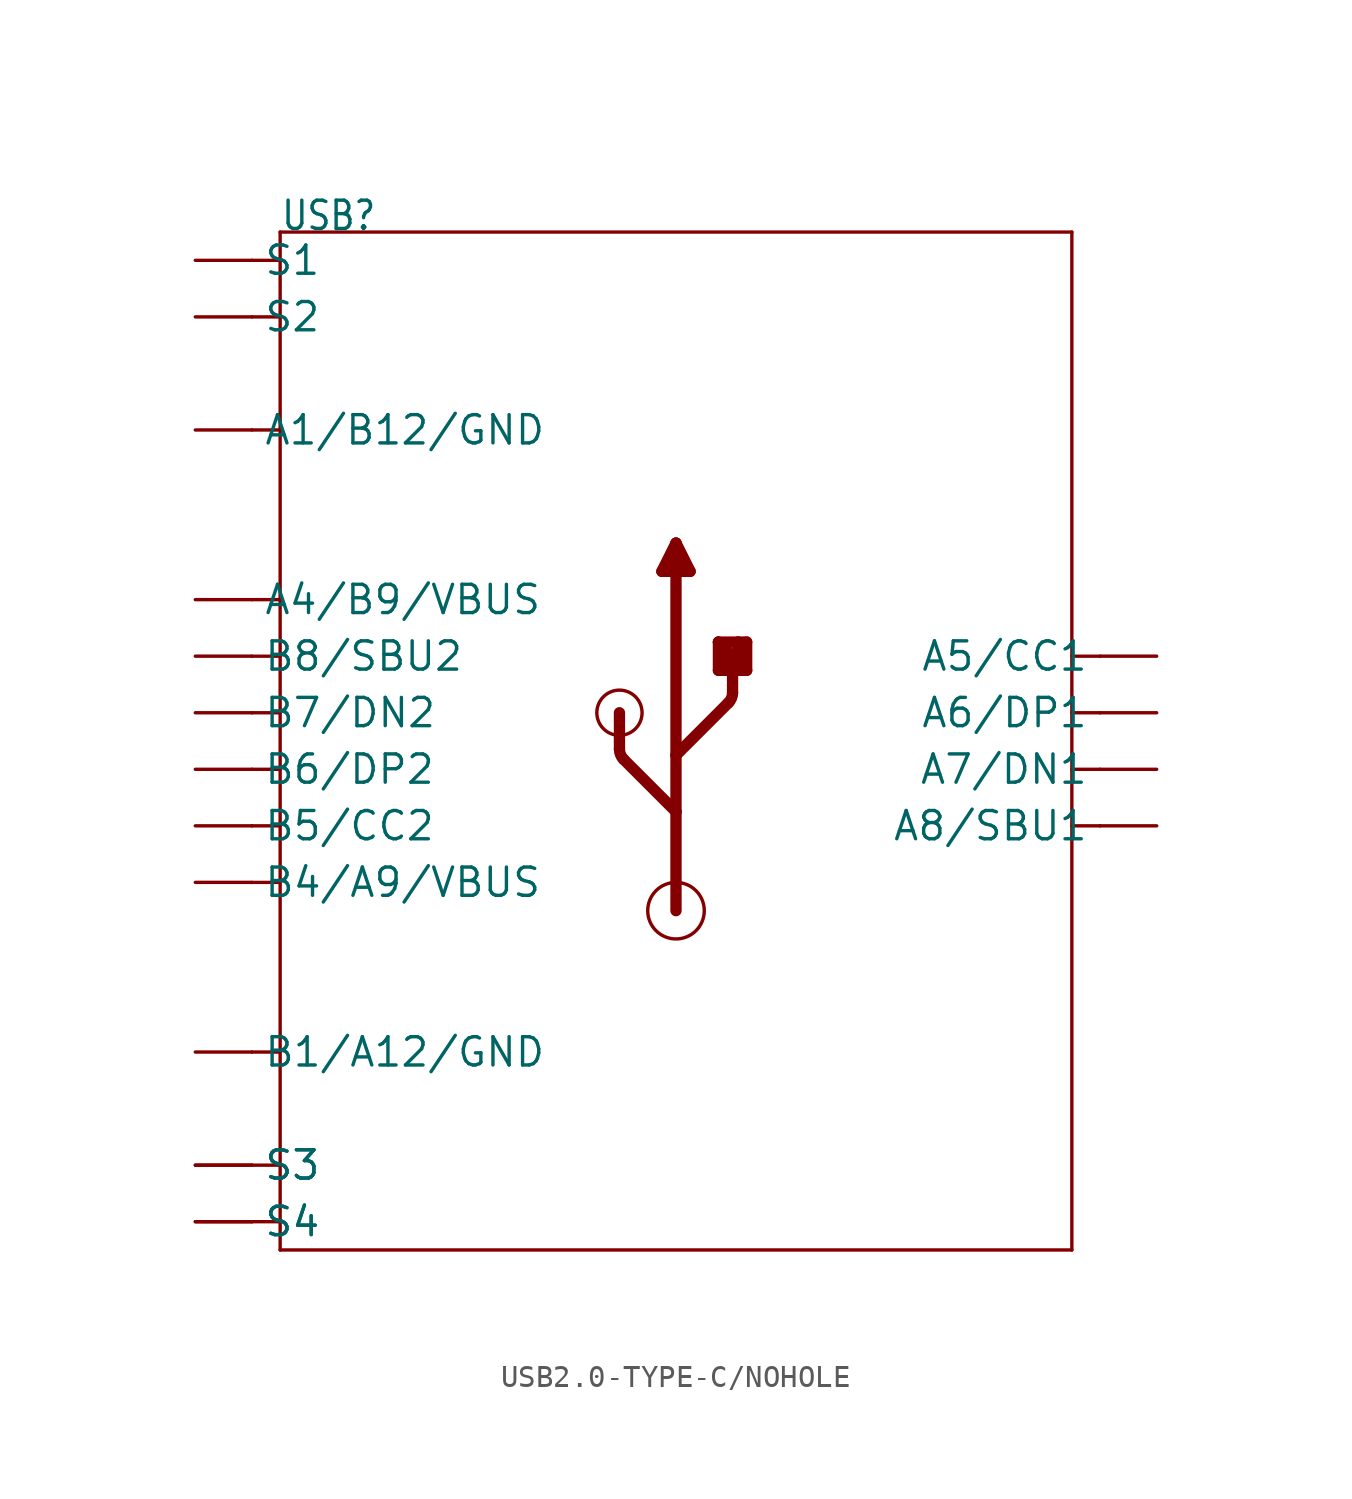
<source format=kicad_sym>
(kicad_symbol_lib
  (version 20231120)
  (generator "kicad_symbol_editor")
  (generator_version "8.0")
  (symbol "USB2.0-TYPE-C/NOHOLE"
    (property "Reference" "USB"
      (at -17.78 22.86 0)
      (effects (font (size 1.27 1.079)) (justify left bottom)))
    (property "Value" ""
      (at -7.62 22.86 0)
      (effects (font (size 1.27 1.079)) (justify left bottom)))
    (property "ki_locked" ""
      (at 0 0 0)
      (effects (font (size 1.27 1.27))))
    (symbol "USB2.0-TYPE-C/NOHOLE_1_0"
      (arc (start -2.5401 -0.3719) (mid -2.4917 -0.6149) (end -2.354 -0.8209) (stroke (width 0.508) (type solid)) (fill (type none)))
      (circle (center -2.54 1.27) (radius 1.016) (stroke (width 0) (type solid)) (fill (type none)))
      (circle (center 0 -7.62) (radius 1.27) (stroke (width 0) (type solid)) (fill (type none)))
      (polyline (pts (xy -19.05 -21.59) (xy -17.78 -21.59)) (stroke (width 0.152) (type solid)) (fill (type none)))
      (polyline (pts (xy -19.05 -19.05) (xy -17.78 -19.05)) (stroke (width 0.152) (type solid)) (fill (type none)))
      (polyline (pts (xy -19.05 -13.97) (xy -17.78 -13.97)) (stroke (width 0.152) (type solid)) (fill (type none)))
      (polyline (pts (xy -19.05 -6.35) (xy -17.78 -6.35)) (stroke (width 0.152) (type solid)) (fill (type none)))
      (polyline (pts (xy -19.05 -3.81) (xy -17.78 -3.81)) (stroke (width 0.152) (type solid)) (fill (type none)))
      (polyline (pts (xy -19.05 -1.27) (xy -17.78 -1.27)) (stroke (width 0.152) (type solid)) (fill (type none)))
      (polyline (pts (xy -19.05 1.27) (xy -17.78 1.27)) (stroke (width 0.152) (type solid)) (fill (type none)))
      (polyline (pts (xy -19.05 3.81) (xy -17.78 3.81)) (stroke (width 0.152) (type solid)) (fill (type none)))
      (polyline (pts (xy -19.05 6.35) (xy -17.78 6.35)) (stroke (width 0.152) (type solid)) (fill (type none)))
      (polyline (pts (xy -19.05 13.97) (xy -17.78 13.97)) (stroke (width 0.152) (type solid)) (fill (type none)))
      (polyline (pts (xy -19.05 19.05) (xy -17.78 19.05)) (stroke (width 0.152) (type solid)) (fill (type none)))
      (polyline (pts (xy -19.05 21.59) (xy -17.78 21.59)) (stroke (width 0.152) (type solid)) (fill (type none)))
      (polyline (pts (xy -17.78 -22.86) (xy -17.78 -21.59)) (stroke (width 0.152) (type solid)) (fill (type none)))
      (polyline (pts (xy -17.78 -21.59) (xy -17.78 -19.05)) (stroke (width 0.152) (type solid)) (fill (type none)))
      (polyline (pts (xy -17.78 -19.05) (xy -17.78 6.35)) (stroke (width 0.152) (type solid)) (fill (type none)))
      (polyline (pts (xy -17.78 6.35) (xy -17.78 13.97)) (stroke (width 0.152) (type solid)) (fill (type none)))
      (polyline (pts (xy -17.78 13.97) (xy -17.78 19.05)) (stroke (width 0.152) (type solid)) (fill (type none)))
      (polyline (pts (xy -17.78 19.05) (xy -17.78 21.59)) (stroke (width 0.152) (type solid)) (fill (type none)))
      (polyline (pts (xy -17.78 21.59) (xy -17.78 22.86)) (stroke (width 0.152) (type solid)) (fill (type none)))
      (polyline (pts (xy -17.78 22.86) (xy 17.78 22.86)) (stroke (width 0.152) (type solid)) (fill (type none)))
      (polyline (pts (xy -2.54 -0.372) (xy -2.54 1.27)) (stroke (width 0.508) (type solid)) (fill (type none)))
      (polyline (pts (xy -0.635 7.62) (xy 0.635 7.62)) (stroke (width 0.508) (type solid)) (fill (type none)))
      (polyline (pts (xy 0 -7.62) (xy 0 -3.175)) (stroke (width 0.508) (type solid)) (fill (type none)))
      (polyline (pts (xy 0 -3.175) (xy -2.354 -0.821)) (stroke (width 0.508) (type solid)) (fill (type none)))
      (polyline (pts (xy 0 -3.175) (xy 0 -0.635)) (stroke (width 0.508) (type solid)) (fill (type none)))
      (polyline (pts (xy 0 -0.635) (xy 0 8.89)) (stroke (width 0.508) (type solid)) (fill (type none)))
      (polyline (pts (xy 0 -0.635) (xy 2.354 1.719)) (stroke (width 0.508) (type solid)) (fill (type none)))
      (polyline (pts (xy 0 8.89) (xy -0.635 7.62)) (stroke (width 0.508) (type solid)) (fill (type none)))
      (polyline (pts (xy 0.635 7.62) (xy 0 8.89)) (stroke (width 0.508) (type solid)) (fill (type none)))
      (polyline (pts (xy 1.905 3.175) (xy 1.905 4.445)) (stroke (width 0.508) (type solid)) (fill (type none)))
      (polyline (pts (xy 1.905 4.445) (xy 2.794 4.445)) (stroke (width 0.508) (type solid)) (fill (type none)))
      (polyline (pts (xy 2.159 3.302) (xy 2.159 3.81)) (stroke (width 0.508) (type solid)) (fill (type none)))
      (polyline (pts (xy 2.54 2.168) (xy 2.54 3.81)) (stroke (width 0.508) (type solid)) (fill (type none)))
      (polyline (pts (xy 2.54 3.81) (xy 1.905 4.445)) (stroke (width 0.508) (type solid)) (fill (type none)))
      (polyline (pts (xy 2.794 3.302) (xy 2.159 3.302)) (stroke (width 0.508) (type solid)) (fill (type none)))
      (polyline (pts (xy 2.794 4.445) (xy 2.794 3.302)) (stroke (width 0.508) (type solid)) (fill (type none)))
      (polyline (pts (xy 2.794 4.445) (xy 3.175 4.445)) (stroke (width 0.508) (type solid)) (fill (type none)))
      (polyline (pts (xy 3.175 3.175) (xy 1.905 3.175)) (stroke (width 0.508) (type solid)) (fill (type none)))
      (polyline (pts (xy 3.175 4.445) (xy 3.175 3.175)) (stroke (width 0.508) (type solid)) (fill (type none)))
      (polyline (pts (xy 17.78 -22.86) (xy -17.78 -22.86)) (stroke (width 0.152) (type solid)) (fill (type none)))
      (polyline (pts (xy 17.78 22.86) (xy 17.78 -22.86)) (stroke (width 0.152) (type solid)) (fill (type none)))
      (polyline (pts (xy 19.05 -3.81) (xy 17.78 -3.81)) (stroke (width 0.152) (type solid)) (fill (type none)))
      (polyline (pts (xy 19.05 -1.27) (xy 17.78 -1.27)) (stroke (width 0.152) (type solid)) (fill (type none)))
      (polyline (pts (xy 19.05 1.27) (xy 17.78 1.27)) (stroke (width 0.152) (type solid)) (fill (type none)))
      (polyline (pts (xy 19.05 3.81) (xy 17.78 3.81)) (stroke (width 0.152) (type solid)) (fill (type none)))
      (arc (start 2.354 1.719) (mid 2.4916 1.925) (end 2.54 2.168) (stroke (width 0.508) (type solid)) (fill (type none)))
      (pin bidirectional line (at -21.59 13.97 0) (length 2.54) (name "A1/B12/GND" (effects (font (size 1.27 1.27)))) (number "A1_B12" (effects (font (size 0 0)))))
      (pin bidirectional line (at -21.59 6.35 0) (length 2.54) (name "A4/B9/VBUS" (effects (font (size 1.27 1.27)))) (number "A4_B9" (effects (font (size 0 0)))))
      (pin bidirectional line (at 21.59 3.81 180) (length 2.54) (name "A5/CC1" (effects (font (size 1.27 1.27)))) (number "A5" (effects (font (size 0 0)))))
      (pin bidirectional line (at 21.59 1.27 180) (length 2.54) (name "A6/DP1" (effects (font (size 1.27 1.27)))) (number "A6" (effects (font (size 0 0)))))
      (pin bidirectional line (at 21.59 -1.27 180) (length 2.54) (name "A7/DN1" (effects (font (size 1.27 1.27)))) (number "A7" (effects (font (size 0 0)))))
      (pin bidirectional line (at 21.59 -3.81 180) (length 2.54) (name "A8/SBU1" (effects (font (size 1.27 1.27)))) (number "A8" (effects (font (size 0 0)))))
      (pin bidirectional line (at -21.59 -13.97 0) (length 2.54) (name "B1/A12/GND" (effects (font (size 1.27 1.27)))) (number "B1_A12" (effects (font (size 0 0)))))
      (pin bidirectional line (at -21.59 -6.35 0) (length 2.54) (name "B4/A9/VBUS" (effects (font (size 1.27 1.27)))) (number "B4_A9" (effects (font (size 0 0)))))
      (pin bidirectional line (at -21.59 -3.81 0) (length 2.54) (name "B5/CC2" (effects (font (size 1.27 1.27)))) (number "B5" (effects (font (size 0 0)))))
      (pin bidirectional line (at -21.59 -1.27 0) (length 2.54) (name "B6/DP2" (effects (font (size 1.27 1.27)))) (number "B6" (effects (font (size 0 0)))))
      (pin bidirectional line (at -21.59 1.27 0) (length 2.54) (name "B7/DN2" (effects (font (size 1.27 1.27)))) (number "B7" (effects (font (size 0 0)))))
      (pin bidirectional line (at -21.59 3.81 0) (length 2.54) (name "B8/SBU2" (effects (font (size 1.27 1.27)))) (number "B8" (effects (font (size 0 0)))))
      (pin bidirectional line (at -21.59 21.59 0) (length 2.54) (name "S1" (effects (font (size 1.27 1.27)))) (number "S1" (effects (font (size 0 0)))))
      (pin bidirectional line (at -21.59 19.05 0) (length 2.54) (name "S2" (effects (font (size 1.27 1.27)))) (number "S2" (effects (font (size 0 0)))))
      (pin bidirectional line (at -21.59 -19.05 0) (length 2.54) (name "S3" (effects (font (size 1.27 1.27)))) (number "S3" (effects (font (size 0 0)))))
      (pin bidirectional line (at -21.59 -19.05 0) (length 2.54) (name "S3" (effects (font (size 1.27 1.27)))) (number "S4" (effects (font (size 0 0)))))
      (pin bidirectional line (at -21.59 -21.59 0) (length 2.54) (name "S4" (effects (font (size 1.27 1.27)))) (number "S5" (effects (font (size 0 0)))))
      (pin bidirectional line (at -21.59 -21.59 0) (length 2.54) (name "S4" (effects (font (size 1.27 1.27)))) (number "S6" (effects (font (size 0 0))))))))
</source>
